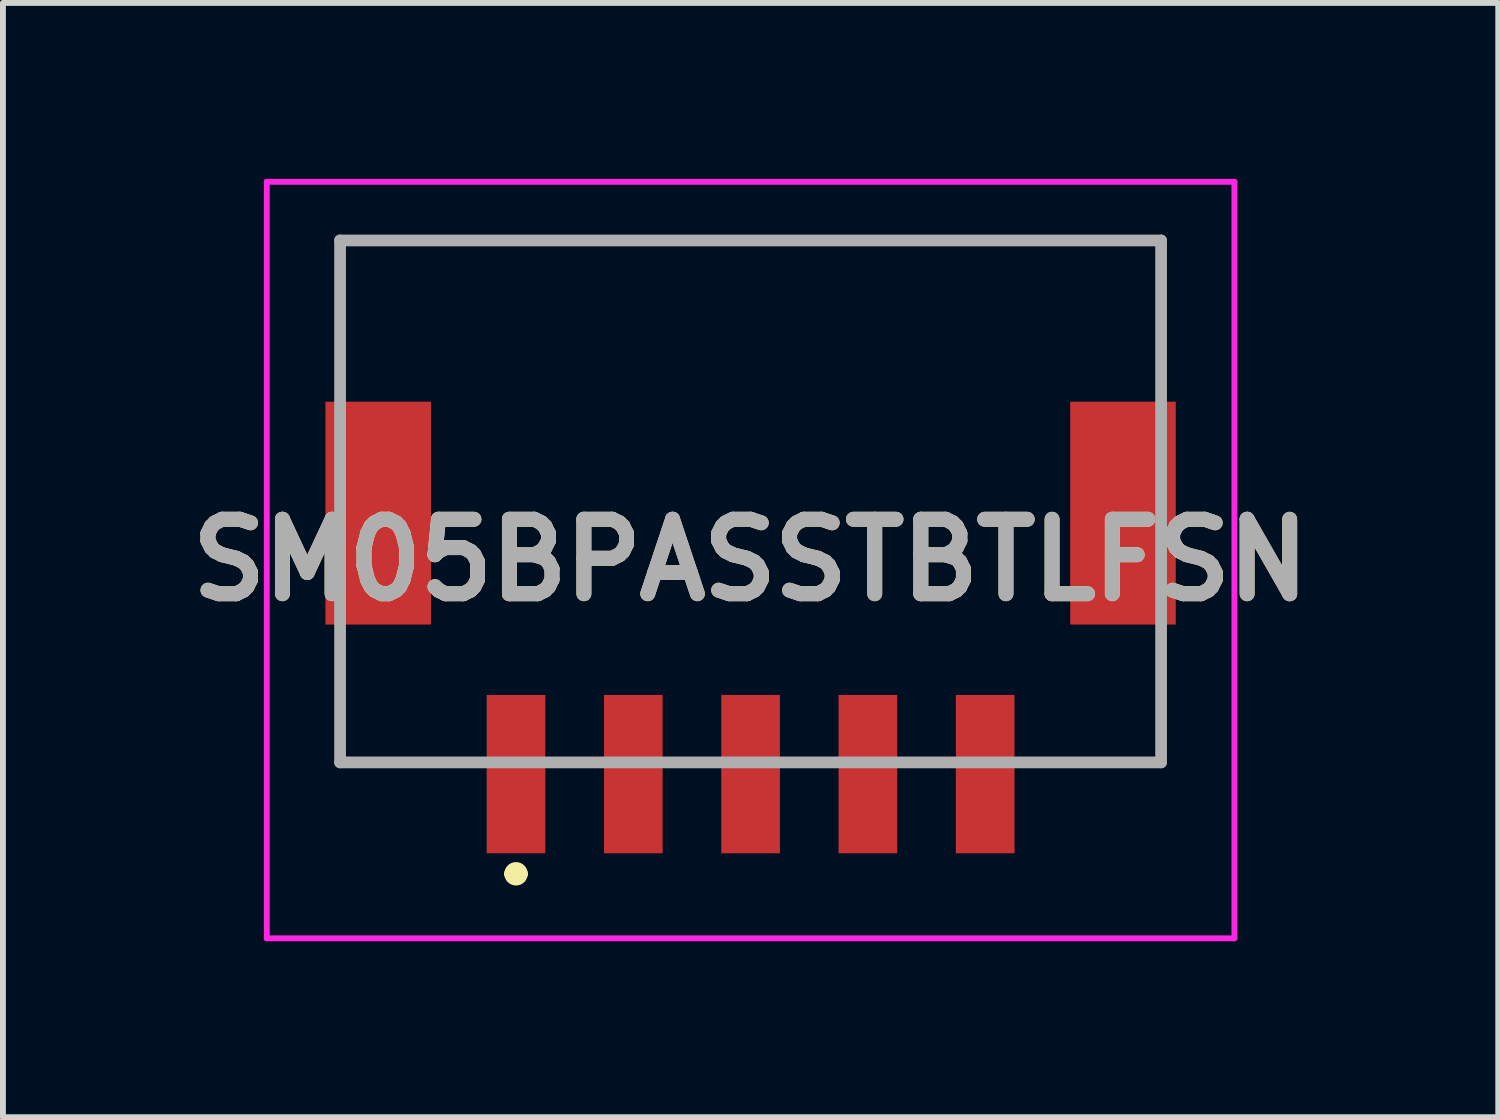
<source format=kicad_pcb>
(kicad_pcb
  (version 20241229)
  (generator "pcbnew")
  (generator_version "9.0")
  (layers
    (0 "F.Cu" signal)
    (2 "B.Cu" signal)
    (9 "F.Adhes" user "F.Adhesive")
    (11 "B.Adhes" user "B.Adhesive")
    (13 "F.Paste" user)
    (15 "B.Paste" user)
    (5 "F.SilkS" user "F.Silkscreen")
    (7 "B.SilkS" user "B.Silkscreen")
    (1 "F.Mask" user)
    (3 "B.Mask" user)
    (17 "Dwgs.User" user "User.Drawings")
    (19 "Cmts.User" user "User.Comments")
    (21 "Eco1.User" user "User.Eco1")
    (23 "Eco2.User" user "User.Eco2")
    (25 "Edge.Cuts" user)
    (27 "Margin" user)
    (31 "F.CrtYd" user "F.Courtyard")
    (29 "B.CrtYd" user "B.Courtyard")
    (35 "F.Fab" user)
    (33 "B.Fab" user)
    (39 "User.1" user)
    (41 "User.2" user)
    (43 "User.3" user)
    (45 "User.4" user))
  (footprint "SM05BPASSTBTLFSN"
    (layer "F.Cu")
    (at 9.749 6.5)
    (property "Reference" "SM05BPASSTBTLFSN" (at 0 0 0) (layer "F.SilkS") (effects (font (size 1.27 1.27) (thickness 0.254))))
    (attr smd)
    (fp_line (start -7 -5.45) (end 7 -5.45) (stroke (width 0.1) (type solid)) (layer "F.SilkS"))
    (fp_line (start -7 -3.35) (end -7 -5.45) (stroke (width 0.1) (type solid)) (layer "F.SilkS"))
    (fp_line (start -7 1.65) (end -7 3.45) (stroke (width 0.1) (type solid)) (layer "F.SilkS"))
    (fp_line (start -7 3.45) (end -5 3.45) (stroke (width 0.1) (type solid)) (layer "F.SilkS"))
    (fp_line (start -4.1 5.35) (end -4.1 5.35) (stroke (width 0.2) (type solid)) (layer "F.SilkS"))
    (fp_line (start -3.9 5.35) (end -3.9 5.35) (stroke (width 0.2) (type solid)) (layer "F.SilkS"))
    (fp_line (start 5 3.45) (end 7 3.45) (stroke (width 0.1) (type solid)) (layer "F.SilkS"))
    (fp_line (start 7 -5.45) (end 7 -3.35) (stroke (width 0.1) (type solid)) (layer "F.SilkS"))
    (fp_line (start 7 3.45) (end 7 1.65) (stroke (width 0.1) (type solid)) (layer "F.SilkS"))
    (fp_arc (start -4.1 5.35) (mid -4 5.25) (end -3.9 5.35) (stroke (width 0.2) (type solid)) (layer "F.SilkS"))
    (fp_arc (start -3.9 5.35) (mid -4 5.45) (end -4.1 5.35) (stroke (width 0.2) (type solid)) (layer "F.SilkS"))
    (fp_line (start -8.25 -6.45) (end 8.25 -6.45) (stroke (width 0.1) (type solid)) (layer "F.CrtYd"))
    (fp_line (start -8.25 6.45) (end -8.25 -6.45) (stroke (width 0.1) (type solid)) (layer "F.CrtYd"))
    (fp_line (start 8.25 -6.45) (end 8.25 6.45) (stroke (width 0.1) (type solid)) (layer "F.CrtYd"))
    (fp_line (start 8.25 6.45) (end -8.25 6.45) (stroke (width 0.1) (type solid)) (layer "F.CrtYd"))
    (fp_line (start -7 -5.45) (end 7 -5.45) (stroke (width 0.2) (type solid)) (layer "F.Fab"))
    (fp_line (start -7 3.45) (end -7 -5.45) (stroke (width 0.2) (type solid)) (layer "F.Fab"))
    (fp_line (start 7 -5.45) (end 7 3.45) (stroke (width 0.2) (type solid)) (layer "F.Fab"))
    (fp_line (start 7 3.45) (end -7 3.45) (stroke (width 0.2) (type solid)) (layer "F.Fab"))
    (fp_text user "${REFERENCE}" (at 0 0 0) (layer "F.Fab") (effects (font (size 1.27 1.27) (thickness 0.254))))
    (pad "1" smd rect (at -4 3.65) (size 1 2.7) (layers "F.Cu" "F.Mask" "F.Paste"))
    (pad "2" smd rect (at -2 3.65) (size 1 2.7) (layers "F.Cu" "F.Mask" "F.Paste"))
    (pad "3" smd rect (at 0 3.65) (size 1 2.7) (layers "F.Cu" "F.Mask" "F.Paste"))
    (pad "4" smd rect (at 2 3.65) (size 1 2.7) (layers "F.Cu" "F.Mask" "F.Paste"))
    (pad "5" smd rect (at 4 3.65) (size 1 2.7) (layers "F.Cu" "F.Mask" "F.Paste"))
    (pad "6" smd rect (at -6.35 -0.8) (size 1.8 3.8) (layers "F.Cu" "F.Mask" "F.Paste"))
    (pad "7" smd rect (at 6.35 -0.8) (size 1.8 3.8) (layers "F.Cu" "F.Mask" "F.Paste")))
  (gr_rect
    (start -3 -3)
    (end 22.498 16)
    (stroke (width 0.1) (type default))
    (fill no)
    (layer "Edge.Cuts")))
</source>
